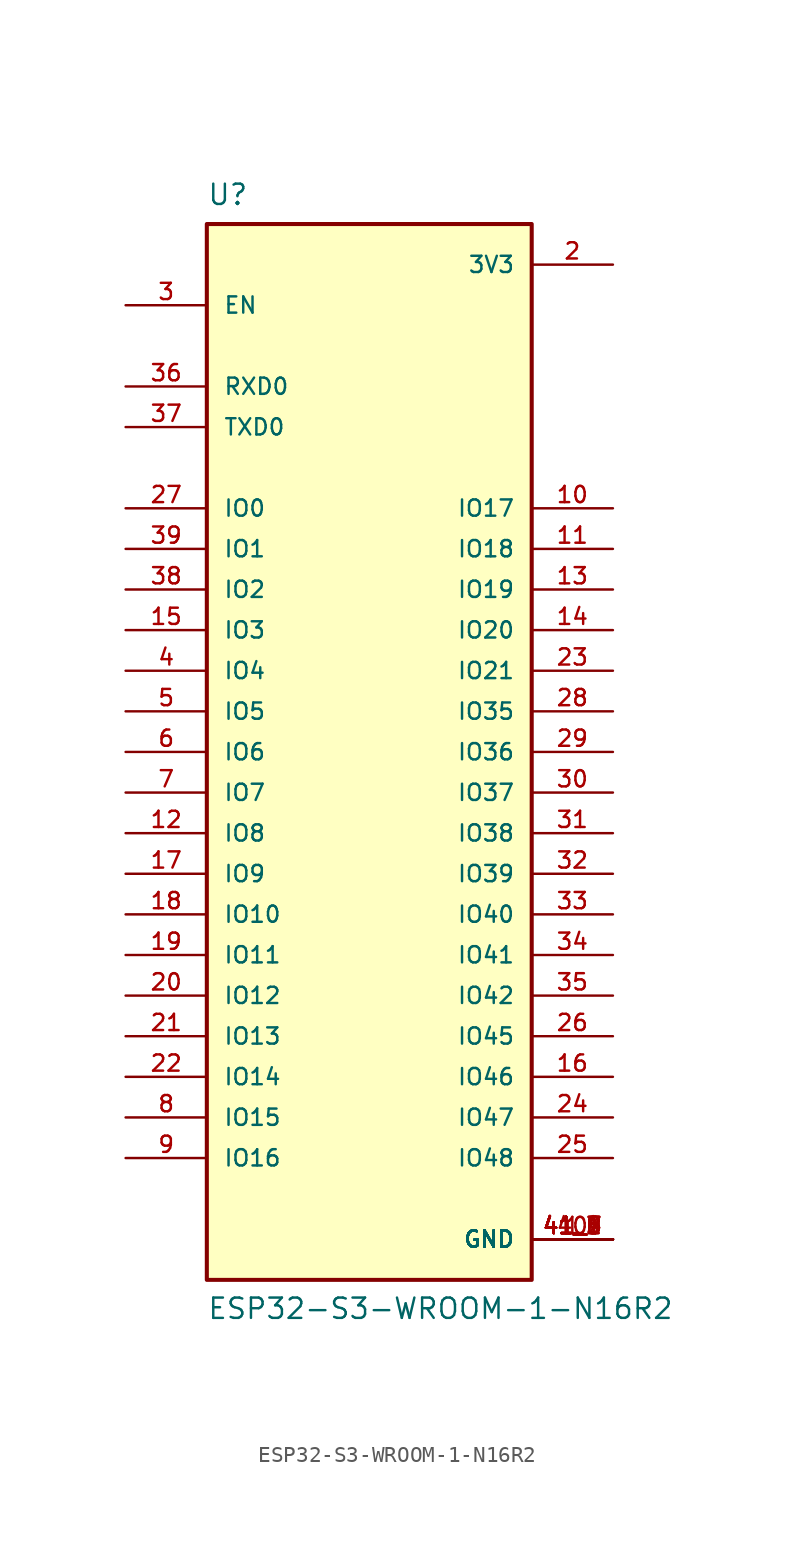
<source format=kicad_sym>
(kicad_symbol_lib
  (version 20211014)
  (generator kicad_symbol_editor)
  (symbol "ESP32-S3-WROOM-1-N16R2"
    (pin_names
      (offset 1.016))
    (property "Reference" "U"
      (at -10.16 34.112 0)
      (effects (font (size 1.27 1.27)) (justify bottom left)))
    (property "Value" "ESP32-S3-WROOM-1-N16R2"
      (at -10.16 -35.56 0)
      (effects (font (size 1.27 1.27)) (justify bottom left)))
    (symbol "ESP32-S3-WROOM-1-N16R2_0_0"
      (rectangle (start -10.16 -33.02) (end 10.16 33.02) (stroke (width 0.254)) (fill (type background)))
      (pin power_in line (at 15.24 -30.48 180.0) (length 5.08) (name "GND" (effects (font (size 1.016 1.016)))) (number "1" (effects (font (size 1.016 1.016)))))
      (pin power_in line (at 15.24 -30.48 180.0) (length 5.08) (name "GND" (effects (font (size 1.016 1.016)))) (number "40" (effects (font (size 1.016 1.016)))))
      (pin power_in line (at 15.24 -30.48 180.0) (length 5.08) (name "GND" (effects (font (size 1.016 1.016)))) (number "41_1" (effects (font (size 1.016 1.016)))))
      (pin power_in line (at 15.24 -30.48 180.0) (length 5.08) (name "GND" (effects (font (size 1.016 1.016)))) (number "41_2" (effects (font (size 1.016 1.016)))))
      (pin power_in line (at 15.24 -30.48 180.0) (length 5.08) (name "GND" (effects (font (size 1.016 1.016)))) (number "41_3" (effects (font (size 1.016 1.016)))))
      (pin power_in line (at 15.24 -30.48 180.0) (length 5.08) (name "GND" (effects (font (size 1.016 1.016)))) (number "41_4" (effects (font (size 1.016 1.016)))))
      (pin power_in line (at 15.24 -30.48 180.0) (length 5.08) (name "GND" (effects (font (size 1.016 1.016)))) (number "41_5" (effects (font (size 1.016 1.016)))))
      (pin power_in line (at 15.24 -30.48 180.0) (length 5.08) (name "GND" (effects (font (size 1.016 1.016)))) (number "41_6" (effects (font (size 1.016 1.016)))))
      (pin power_in line (at 15.24 -30.48 180.0) (length 5.08) (name "GND" (effects (font (size 1.016 1.016)))) (number "41_7" (effects (font (size 1.016 1.016)))))
      (pin power_in line (at 15.24 -30.48 180.0) (length 5.08) (name "GND" (effects (font (size 1.016 1.016)))) (number "41_8" (effects (font (size 1.016 1.016)))))
      (pin power_in line (at 15.24 -30.48 180.0) (length 5.08) (name "GND" (effects (font (size 1.016 1.016)))) (number "41_9" (effects (font (size 1.016 1.016)))))
      (pin power_in line (at 15.24 30.48 180.0) (length 5.08) (name "3V3" (effects (font (size 1.016 1.016)))) (number "2" (effects (font (size 1.016 1.016)))))
      (pin input line (at -15.24 27.94 0) (length 5.08) (name "EN" (effects (font (size 1.016 1.016)))) (number "3" (effects (font (size 1.016 1.016)))))
      (pin bidirectional line (at 15.24 2.54 180.0) (length 5.08) (name "IO35" (effects (font (size 1.016 1.016)))) (number "28" (effects (font (size 1.016 1.016)))))
      (pin bidirectional line (at 15.24 -12.7 180.0) (length 5.08) (name "IO41" (effects (font (size 1.016 1.016)))) (number "34" (effects (font (size 1.016 1.016)))))
      (pin bidirectional line (at 15.24 -7.62 180.0) (length 5.08) (name "IO39" (effects (font (size 1.016 1.016)))) (number "32" (effects (font (size 1.016 1.016)))))
      (pin bidirectional line (at 15.24 -10.16 180.0) (length 5.08) (name "IO40" (effects (font (size 1.016 1.016)))) (number "33" (effects (font (size 1.016 1.016)))))
      (pin bidirectional line (at -15.24 -20.32 0) (length 5.08) (name "IO14" (effects (font (size 1.016 1.016)))) (number "22" (effects (font (size 1.016 1.016)))))
      (pin bidirectional line (at -15.24 -15.24 0) (length 5.08) (name "IO12" (effects (font (size 1.016 1.016)))) (number "20" (effects (font (size 1.016 1.016)))))
      (pin bidirectional line (at -15.24 -17.78 0) (length 5.08) (name "IO13" (effects (font (size 1.016 1.016)))) (number "21" (effects (font (size 1.016 1.016)))))
      (pin bidirectional line (at -15.24 -22.86 0) (length 5.08) (name "IO15" (effects (font (size 1.016 1.016)))) (number "8" (effects (font (size 1.016 1.016)))))
      (pin bidirectional line (at -15.24 10.16 0) (length 5.08) (name "IO2" (effects (font (size 1.016 1.016)))) (number "38" (effects (font (size 1.016 1.016)))))
      (pin bidirectional line (at -15.24 15.24 0) (length 5.08) (name "IO0" (effects (font (size 1.016 1.016)))) (number "27" (effects (font (size 1.016 1.016)))))
      (pin bidirectional line (at -15.24 5.08 0) (length 5.08) (name "IO4" (effects (font (size 1.016 1.016)))) (number "4" (effects (font (size 1.016 1.016)))))
      (pin bidirectional line (at -15.24 -25.4 0) (length 5.08) (name "IO16" (effects (font (size 1.016 1.016)))) (number "9" (effects (font (size 1.016 1.016)))))
      (pin bidirectional line (at 15.24 15.24 180.0) (length 5.08) (name "IO17" (effects (font (size 1.016 1.016)))) (number "10" (effects (font (size 1.016 1.016)))))
      (pin bidirectional line (at -15.24 2.54 0) (length 5.08) (name "IO5" (effects (font (size 1.016 1.016)))) (number "5" (effects (font (size 1.016 1.016)))))
      (pin bidirectional line (at 15.24 12.7 180.0) (length 5.08) (name "IO18" (effects (font (size 1.016 1.016)))) (number "11" (effects (font (size 1.016 1.016)))))
      (pin bidirectional line (at 15.24 10.16 180.0) (length 5.08) (name "IO19" (effects (font (size 1.016 1.016)))) (number "13" (effects (font (size 1.016 1.016)))))
      (pin bidirectional line (at 15.24 5.08 180.0) (length 5.08) (name "IO21" (effects (font (size 1.016 1.016)))) (number "23" (effects (font (size 1.016 1.016)))))
      (pin bidirectional line (at 15.24 -2.54 180.0) (length 5.08) (name "IO37" (effects (font (size 1.016 1.016)))) (number "30" (effects (font (size 1.016 1.016)))))
      (pin bidirectional line (at 15.24 -5.08 180.0) (length 5.08) (name "IO38" (effects (font (size 1.016 1.016)))) (number "31" (effects (font (size 1.016 1.016)))))
      (pin bidirectional line (at -15.24 12.7 0) (length 5.08) (name "IO1" (effects (font (size 1.016 1.016)))) (number "39" (effects (font (size 1.016 1.016)))))
      (pin bidirectional line (at -15.24 7.62 0) (length 5.08) (name "IO3" (effects (font (size 1.016 1.016)))) (number "15" (effects (font (size 1.016 1.016)))))
      (pin bidirectional line (at -15.24 0.0 0) (length 5.08) (name "IO6" (effects (font (size 1.016 1.016)))) (number "6" (effects (font (size 1.016 1.016)))))
      (pin bidirectional line (at -15.24 -2.54 0) (length 5.08) (name "IO7" (effects (font (size 1.016 1.016)))) (number "7" (effects (font (size 1.016 1.016)))))
      (pin bidirectional line (at -15.24 -5.08 0) (length 5.08) (name "IO8" (effects (font (size 1.016 1.016)))) (number "12" (effects (font (size 1.016 1.016)))))
      (pin bidirectional line (at -15.24 -7.62 0) (length 5.08) (name "IO9" (effects (font (size 1.016 1.016)))) (number "17" (effects (font (size 1.016 1.016)))))
      (pin bidirectional line (at -15.24 -10.16 0) (length 5.08) (name "IO10" (effects (font (size 1.016 1.016)))) (number "18" (effects (font (size 1.016 1.016)))))
      (pin bidirectional line (at -15.24 -12.7 0) (length 5.08) (name "IO11" (effects (font (size 1.016 1.016)))) (number "19" (effects (font (size 1.016 1.016)))))
      (pin bidirectional line (at 15.24 0.0 180.0) (length 5.08) (name "IO36" (effects (font (size 1.016 1.016)))) (number "29" (effects (font (size 1.016 1.016)))))
      (pin bidirectional line (at 15.24 -15.24 180.0) (length 5.08) (name "IO42" (effects (font (size 1.016 1.016)))) (number "35" (effects (font (size 1.016 1.016)))))
      (pin bidirectional line (at 15.24 7.62 180.0) (length 5.08) (name "IO20" (effects (font (size 1.016 1.016)))) (number "14" (effects (font (size 1.016 1.016)))))
      (pin bidirectional line (at -15.24 20.32 0) (length 5.08) (name "TXD0" (effects (font (size 1.016 1.016)))) (number "37" (effects (font (size 1.016 1.016)))))
      (pin bidirectional line (at -15.24 22.86 0) (length 5.08) (name "RXD0" (effects (font (size 1.016 1.016)))) (number "36" (effects (font (size 1.016 1.016)))))
      (pin bidirectional line (at 15.24 -17.78 180.0) (length 5.08) (name "IO45" (effects (font (size 1.016 1.016)))) (number "26" (effects (font (size 1.016 1.016)))))
      (pin bidirectional line (at 15.24 -20.32 180.0) (length 5.08) (name "IO46" (effects (font (size 1.016 1.016)))) (number "16" (effects (font (size 1.016 1.016)))))
      (pin bidirectional line (at 15.24 -22.86 180.0) (length 5.08) (name "IO47" (effects (font (size 1.016 1.016)))) (number "24" (effects (font (size 1.016 1.016)))))
      (pin bidirectional line (at 15.24 -25.4 180.0) (length 5.08) (name "IO48" (effects (font (size 1.016 1.016)))) (number "25" (effects (font (size 1.016 1.016))))))))
</source>
